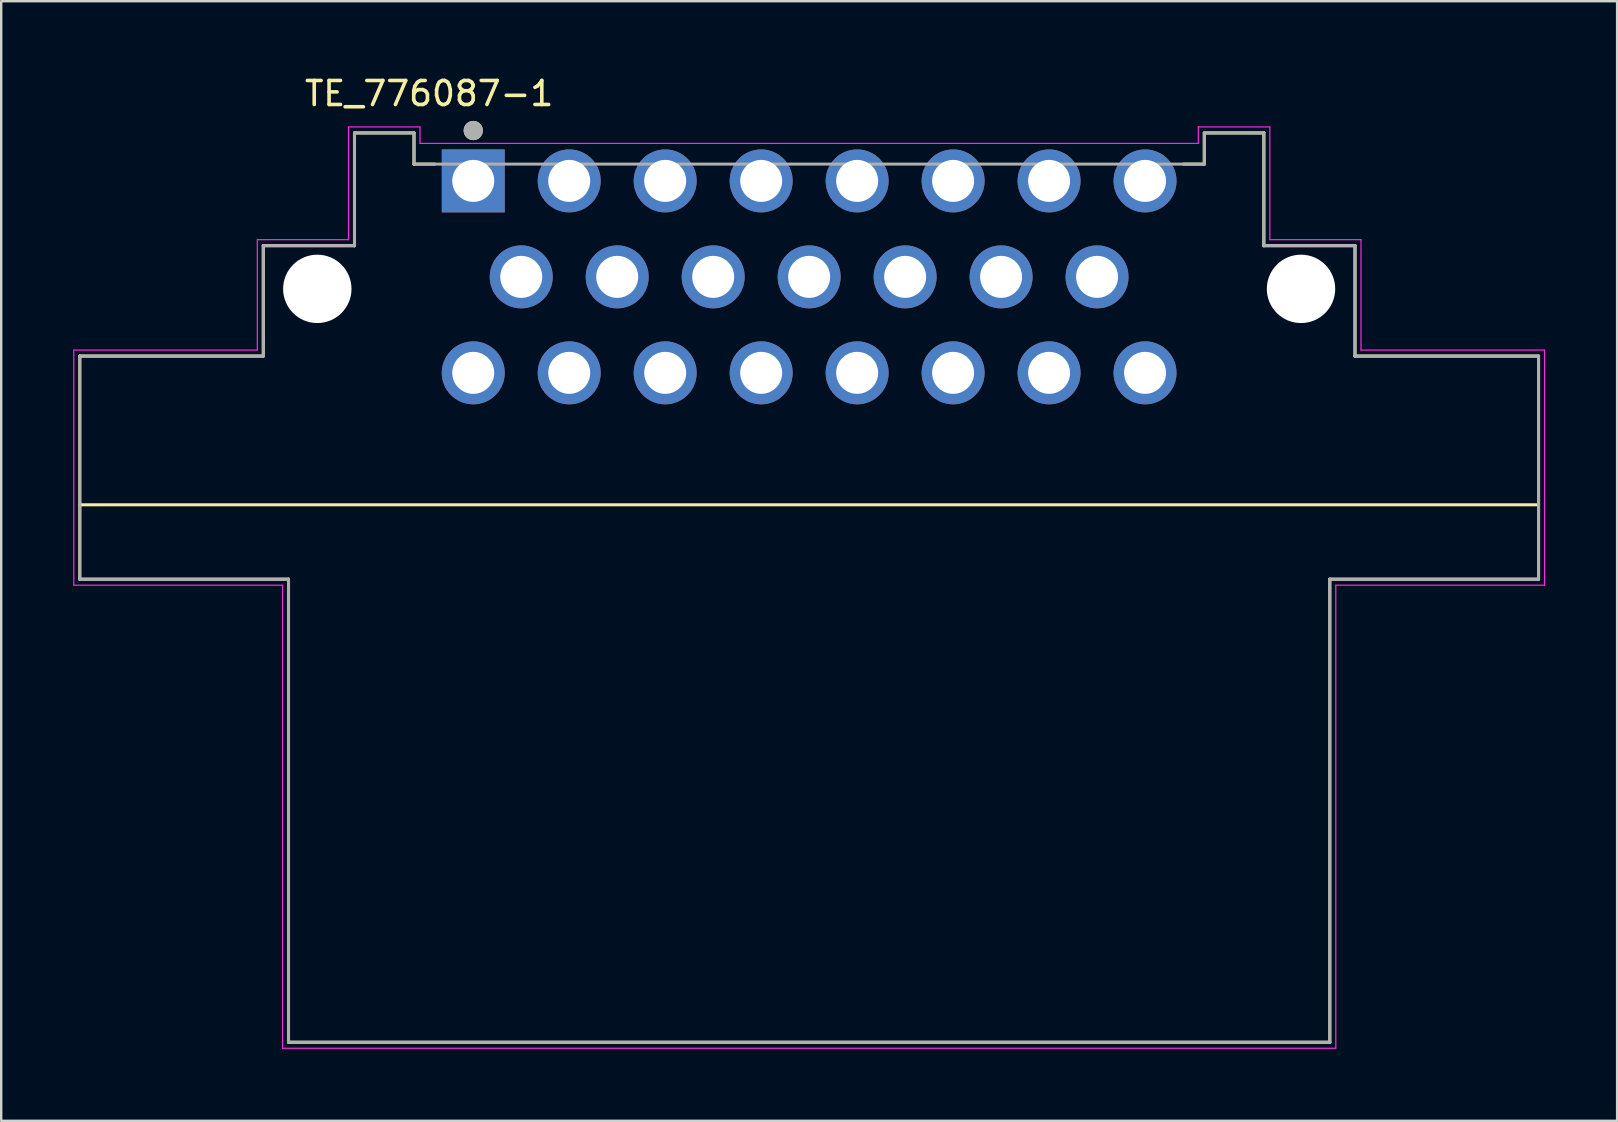
<source format=kicad_pcb>
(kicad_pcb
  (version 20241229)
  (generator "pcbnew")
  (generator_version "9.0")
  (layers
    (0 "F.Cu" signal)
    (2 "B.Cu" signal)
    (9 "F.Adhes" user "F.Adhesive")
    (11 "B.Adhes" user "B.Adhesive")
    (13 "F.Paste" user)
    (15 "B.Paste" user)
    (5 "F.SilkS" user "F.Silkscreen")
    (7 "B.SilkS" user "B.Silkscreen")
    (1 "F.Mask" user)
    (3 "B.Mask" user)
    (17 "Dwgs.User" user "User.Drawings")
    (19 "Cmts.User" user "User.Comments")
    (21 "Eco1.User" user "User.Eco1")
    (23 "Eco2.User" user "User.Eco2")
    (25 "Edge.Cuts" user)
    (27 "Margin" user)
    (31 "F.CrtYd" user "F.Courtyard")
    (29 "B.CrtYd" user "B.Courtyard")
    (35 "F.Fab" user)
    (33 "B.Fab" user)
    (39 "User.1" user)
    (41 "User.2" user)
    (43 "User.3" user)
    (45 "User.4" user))
  (footprint "TE_776087-1"
    (layer "F.Cu")
    (at 30.675 8.49)
    (property "Reference" "TE_776087-1" (at -15.838 -7.641 0) (layer "F.SilkS") (effects (font (size 1.001 1.001) (thickness 0.15))))
    (attr through_hole)
    (fp_line (start -30.4 3.3) (end -30.4 9.5) (stroke (width 0.127) (type solid)) (layer "F.SilkS"))
    (fp_line (start -30.4 9.5) (end -30.4 12.6) (stroke (width 0.127) (type solid)) (layer "F.SilkS"))
    (fp_line (start -30.4 9.5) (end 30.4 9.5) (stroke (width 0.127) (type solid)) (layer "F.SilkS"))
    (fp_line (start -30.4 12.6) (end -21.7 12.6) (stroke (width 0.127) (type solid)) (layer "F.SilkS"))
    (fp_line (start -22.75 -1.3) (end -22.75 3.3) (stroke (width 0.127) (type solid)) (layer "F.SilkS"))
    (fp_line (start -22.75 3.3) (end -30.4 3.3) (stroke (width 0.127) (type solid)) (layer "F.SilkS"))
    (fp_line (start -21.7 12.6) (end -21.7 31.9) (stroke (width 0.127) (type solid)) (layer "F.SilkS"))
    (fp_line (start -21.7 31.9) (end 21.7 31.9) (stroke (width 0.127) (type solid)) (layer "F.SilkS"))
    (fp_line (start -18.95 -6) (end -18.95 -1.3) (stroke (width 0.127) (type solid)) (layer "F.SilkS"))
    (fp_line (start -18.95 -6) (end -16.47 -6) (stroke (width 0.127) (type solid)) (layer "F.SilkS"))
    (fp_line (start -18.95 -1.3) (end -22.75 -1.3) (stroke (width 0.127) (type solid)) (layer "F.SilkS"))
    (fp_line (start -16.47 -6) (end -16.47 -4.7) (stroke (width 0.127) (type solid)) (layer "F.SilkS"))
    (fp_line (start -16.47 -4.7) (end -15.6 -4.7) (stroke (width 0.127) (type solid)) (layer "F.SilkS"))
    (fp_line (start 15.6 -4.7) (end 16.47 -4.7) (stroke (width 0.127) (type solid)) (layer "F.SilkS"))
    (fp_line (start 16.47 -6) (end 18.95 -6) (stroke (width 0.127) (type solid)) (layer "F.SilkS"))
    (fp_line (start 16.47 -4.7) (end 16.47 -6) (stroke (width 0.127) (type solid)) (layer "F.SilkS"))
    (fp_line (start 18.95 -1.3) (end 18.95 -6) (stroke (width 0.127) (type solid)) (layer "F.SilkS"))
    (fp_line (start 21.7 12.6) (end 30.4 12.6) (stroke (width 0.127) (type solid)) (layer "F.SilkS"))
    (fp_line (start 21.7 31.9) (end 21.7 12.6) (stroke (width 0.127) (type solid)) (layer "F.SilkS"))
    (fp_line (start 22.75 -1.3) (end 18.95 -1.3) (stroke (width 0.127) (type solid)) (layer "F.SilkS"))
    (fp_line (start 22.75 3.3) (end 22.75 -1.3) (stroke (width 0.127) (type solid)) (layer "F.SilkS"))
    (fp_line (start 30.4 3.3) (end 22.75 3.3) (stroke (width 0.127) (type solid)) (layer "F.SilkS"))
    (fp_line (start 30.4 9.5) (end 30.4 3.3) (stroke (width 0.127) (type solid)) (layer "F.SilkS"))
    (fp_line (start 30.4 12.6) (end 30.4 9.5) (stroke (width 0.127) (type solid)) (layer "F.SilkS"))
    (fp_circle (center -14 -6.1) (end -13.8 -6.1) (stroke (width 0.4) (type solid)) (fill no) (layer "F.SilkS"))
    (fp_line (start -30.65 3.05) (end -30.65 12.85) (stroke (width 0.05) (type solid)) (layer "F.CrtYd"))
    (fp_line (start -30.65 12.85) (end -21.95 12.85) (stroke (width 0.05) (type solid)) (layer "F.CrtYd"))
    (fp_line (start -23 -1.55) (end -23 3.05) (stroke (width 0.05) (type solid)) (layer "F.CrtYd"))
    (fp_line (start -23 3.05) (end -30.65 3.05) (stroke (width 0.05) (type solid)) (layer "F.CrtYd"))
    (fp_line (start -21.95 12.85) (end -21.95 32.15) (stroke (width 0.05) (type solid)) (layer "F.CrtYd"))
    (fp_line (start -21.95 32.15) (end 21.95 32.15) (stroke (width 0.05) (type solid)) (layer "F.CrtYd"))
    (fp_line (start -19.2 -6.25) (end -19.2 -1.55) (stroke (width 0.05) (type solid)) (layer "F.CrtYd"))
    (fp_line (start -19.2 -6.25) (end -16.22 -6.25) (stroke (width 0.05) (type solid)) (layer "F.CrtYd"))
    (fp_line (start -19.2 -1.55) (end -23 -1.55) (stroke (width 0.05) (type solid)) (layer "F.CrtYd"))
    (fp_line (start -16.22 -6.25) (end -16.22 -5.563) (stroke (width 0.05) (type solid)) (layer "F.CrtYd"))
    (fp_line (start -16.22 -5.563) (end 16.22 -5.563) (stroke (width 0.05) (type solid)) (layer "F.CrtYd"))
    (fp_line (start 16.22 -6.25) (end 19.2 -6.25) (stroke (width 0.05) (type solid)) (layer "F.CrtYd"))
    (fp_line (start 16.22 -5.563) (end 16.22 -6.25) (stroke (width 0.05) (type solid)) (layer "F.CrtYd"))
    (fp_line (start 19.2 -1.55) (end 19.2 -6.25) (stroke (width 0.05) (type solid)) (layer "F.CrtYd"))
    (fp_line (start 21.95 12.85) (end 30.65 12.85) (stroke (width 0.05) (type solid)) (layer "F.CrtYd"))
    (fp_line (start 21.95 32.15) (end 21.95 12.85) (stroke (width 0.05) (type solid)) (layer "F.CrtYd"))
    (fp_line (start 23 -1.55) (end 19.2 -1.55) (stroke (width 0.05) (type solid)) (layer "F.CrtYd"))
    (fp_line (start 23 3.05) (end 23 -1.55) (stroke (width 0.05) (type solid)) (layer "F.CrtYd"))
    (fp_line (start 30.65 3.05) (end 23 3.05) (stroke (width 0.05) (type solid)) (layer "F.CrtYd"))
    (fp_line (start 30.65 12.85) (end 30.65 3.05) (stroke (width 0.05) (type solid)) (layer "F.CrtYd"))
    (fp_line (start -30.4 3.3) (end -30.4 12.6) (stroke (width 0.127) (type solid)) (layer "F.Fab"))
    (fp_line (start -30.4 12.6) (end -21.7 12.6) (stroke (width 0.127) (type solid)) (layer "F.Fab"))
    (fp_line (start -22.75 -1.3) (end -22.75 3.3) (stroke (width 0.127) (type solid)) (layer "F.Fab"))
    (fp_line (start -22.75 3.3) (end -30.4 3.3) (stroke (width 0.127) (type solid)) (layer "F.Fab"))
    (fp_line (start -21.7 12.6) (end -21.7 31.9) (stroke (width 0.127) (type solid)) (layer "F.Fab"))
    (fp_line (start -21.7 31.9) (end 21.7 31.9) (stroke (width 0.127) (type solid)) (layer "F.Fab"))
    (fp_line (start -18.95 -6) (end -18.95 -1.3) (stroke (width 0.127) (type solid)) (layer "F.Fab"))
    (fp_line (start -18.95 -6) (end -16.47 -6) (stroke (width 0.127) (type solid)) (layer "F.Fab"))
    (fp_line (start -18.95 -1.3) (end -22.75 -1.3) (stroke (width 0.127) (type solid)) (layer "F.Fab"))
    (fp_line (start -16.47 -6) (end -16.47 -4.7) (stroke (width 0.127) (type solid)) (layer "F.Fab"))
    (fp_line (start -16.47 -4.7) (end 16.47 -4.7) (stroke (width 0.127) (type solid)) (layer "F.Fab"))
    (fp_line (start 16.47 -6) (end 18.95 -6) (stroke (width 0.127) (type solid)) (layer "F.Fab"))
    (fp_line (start 16.47 -4.7) (end 16.47 -6) (stroke (width 0.127) (type solid)) (layer "F.Fab"))
    (fp_line (start 18.95 -1.3) (end 18.95 -6) (stroke (width 0.127) (type solid)) (layer "F.Fab"))
    (fp_line (start 21.7 12.6) (end 30.4 12.6) (stroke (width 0.127) (type solid)) (layer "F.Fab"))
    (fp_line (start 21.7 31.9) (end 21.7 12.6) (stroke (width 0.127) (type solid)) (layer "F.Fab"))
    (fp_line (start 22.75 -1.3) (end 18.95 -1.3) (stroke (width 0.127) (type solid)) (layer "F.Fab"))
    (fp_line (start 22.75 3.3) (end 22.75 -1.3) (stroke (width 0.127) (type solid)) (layer "F.Fab"))
    (fp_line (start 30.4 3.3) (end 22.75 3.3) (stroke (width 0.127) (type solid)) (layer "F.Fab"))
    (fp_line (start 30.4 12.6) (end 30.4 3.3) (stroke (width 0.127) (type solid)) (layer "F.Fab"))
    (fp_circle (center -14 -6.1) (end -13.8 -6.1) (stroke (width 0.4) (type solid)) (fill no) (layer "F.Fab"))
    (pad "" np_thru_hole circle (at -20.5 0.5) (size 2.85 2.85) (drill 2.85) (layers "*.Cu" "*.Mask"))
    (pad "" np_thru_hole circle (at 20.5 0.5) (size 2.85 2.85) (drill 2.85) (layers "*.Cu" "*.Mask"))
    (pad "1" thru_hole rect (at -14 -4) (size 2.625 2.625) (drill 1.75) (layers "*.Cu" "*.Mask"))
    (pad "2" thru_hole circle (at -10 -4) (size 2.625 2.625) (drill 1.75) (layers "*.Cu" "*.Mask"))
    (pad "3" thru_hole circle (at -6 -4) (size 2.625 2.625) (drill 1.75) (layers "*.Cu" "*.Mask"))
    (pad "4" thru_hole circle (at -2 -4) (size 2.625 2.625) (drill 1.75) (layers "*.Cu" "*.Mask"))
    (pad "5" thru_hole circle (at 2 -4) (size 2.625 2.625) (drill 1.75) (layers "*.Cu" "*.Mask"))
    (pad "6" thru_hole circle (at 6 -4) (size 2.625 2.625) (drill 1.75) (layers "*.Cu" "*.Mask"))
    (pad "7" thru_hole circle (at 10 -4) (size 2.625 2.625) (drill 1.75) (layers "*.Cu" "*.Mask"))
    (pad "8" thru_hole circle (at 14 -4) (size 2.625 2.625) (drill 1.75) (layers "*.Cu" "*.Mask"))
    (pad "9" thru_hole circle (at -12 0) (size 2.625 2.625) (drill 1.75) (layers "*.Cu" "*.Mask"))
    (pad "10" thru_hole circle (at -8 0) (size 2.625 2.625) (drill 1.75) (layers "*.Cu" "*.Mask"))
    (pad "11" thru_hole circle (at -4 0) (size 2.625 2.625) (drill 1.75) (layers "*.Cu" "*.Mask"))
    (pad "12" thru_hole circle (at 0 0) (size 2.625 2.625) (drill 1.75) (layers "*.Cu" "*.Mask"))
    (pad "13" thru_hole circle (at 4 0) (size 2.625 2.625) (drill 1.75) (layers "*.Cu" "*.Mask"))
    (pad "14" thru_hole circle (at 8 0) (size 2.625 2.625) (drill 1.75) (layers "*.Cu" "*.Mask"))
    (pad "15" thru_hole circle (at 12 0) (size 2.625 2.625) (drill 1.75) (layers "*.Cu" "*.Mask"))
    (pad "16" thru_hole circle (at -14 4) (size 2.625 2.625) (drill 1.75) (layers "*.Cu" "*.Mask"))
    (pad "17" thru_hole circle (at -10 4) (size 2.625 2.625) (drill 1.75) (layers "*.Cu" "*.Mask"))
    (pad "18" thru_hole circle (at -6 4) (size 2.625 2.625) (drill 1.75) (layers "*.Cu" "*.Mask"))
    (pad "19" thru_hole circle (at -2 4) (size 2.625 2.625) (drill 1.75) (layers "*.Cu" "*.Mask"))
    (pad "20" thru_hole circle (at 2 4) (size 2.625 2.625) (drill 1.75) (layers "*.Cu" "*.Mask"))
    (pad "21" thru_hole circle (at 6 4) (size 2.625 2.625) (drill 1.75) (layers "*.Cu" "*.Mask"))
    (pad "22" thru_hole circle (at 10 4) (size 2.625 2.625) (drill 1.75) (layers "*.Cu" "*.Mask"))
    (pad "23" thru_hole circle (at 14 4) (size 2.625 2.625) (drill 1.75) (layers "*.Cu" "*.Mask")))
  (gr_rect
    (start -3 -3)
    (end 64.35 43.665)
    (stroke (width 0.1) (type default))
    (fill no)
    (layer "Edge.Cuts")))
</source>
